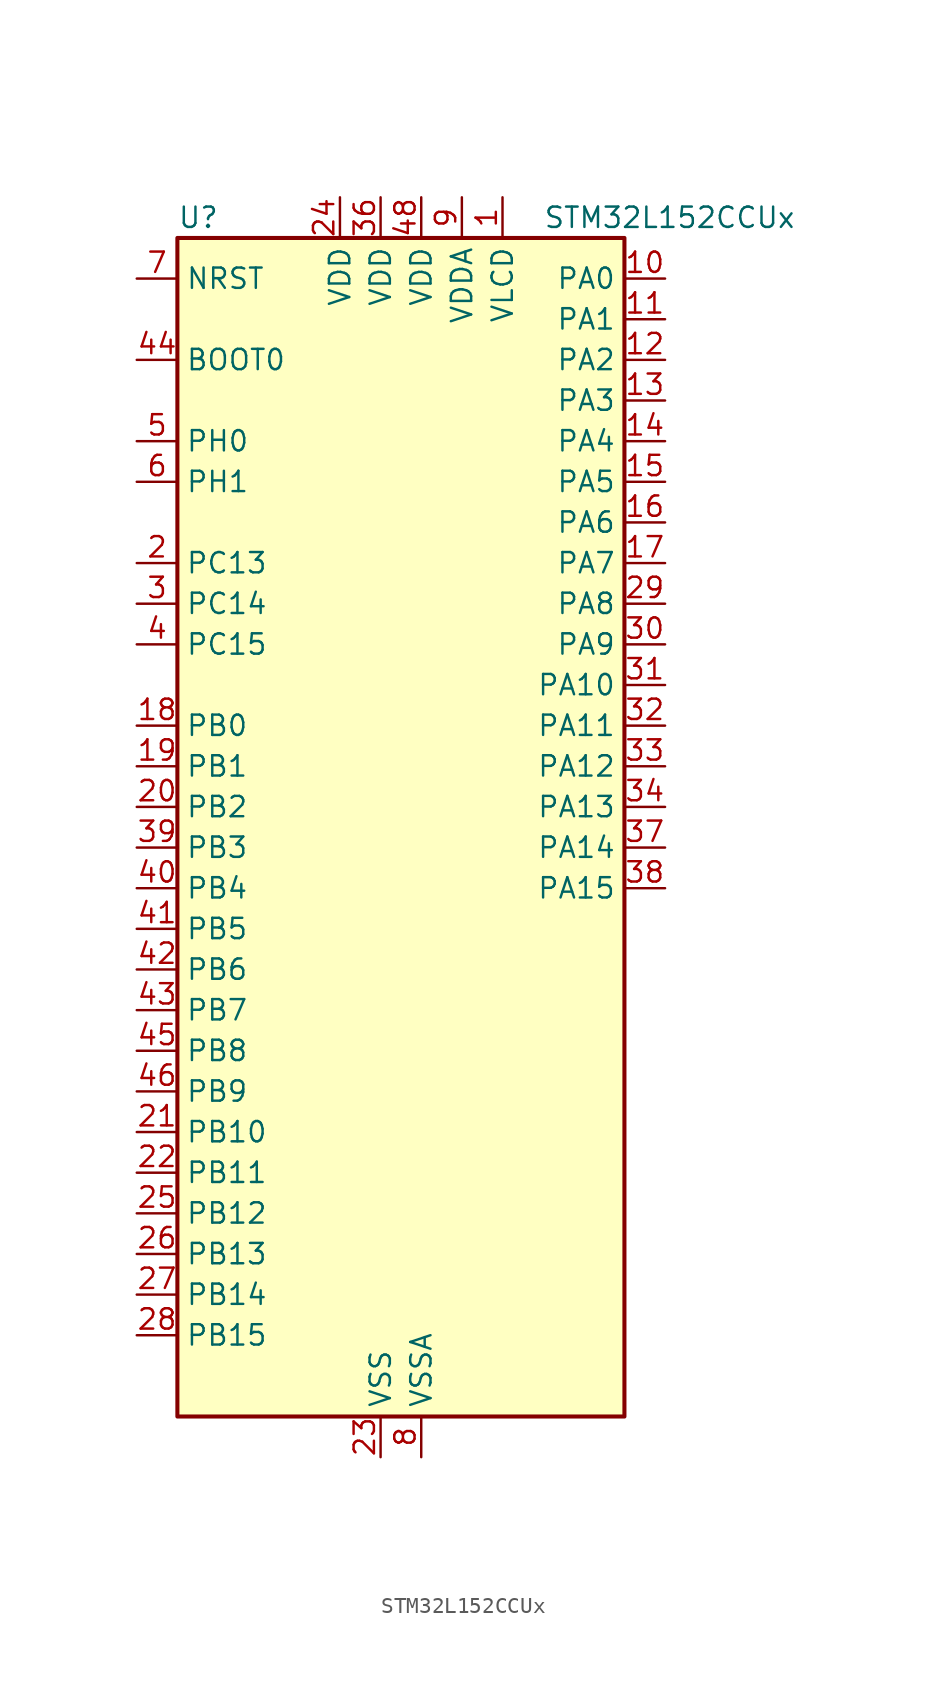
<source format=kicad_sym>
(kicad_symbol_lib
  (version 20220914)
  (generator kicad_symbol_editor)
  (symbol "STM32L152CCUx"
    (property "Reference" "U"
      (at -12.7 39.37 0)
      (effects (font (size 1.27 1.27)) (justify left)))
    (property "Value" "STM32L152CCUx"
      (at 10.16 39.37 0)
      (effects (font (size 1.27 1.27)) (justify left)))
    (property "ki_locked" ""
      (at 0 0 0)
      (effects (font (size 1.27 1.27))))
    (symbol "STM32L152CCUx_0_1"
      (rectangle (start -12.7 -35.56) (end 15.24 38.1) (stroke (width 0.254) (type default)) (fill (type background))))
    (symbol "STM32L152CCUx_1_1"
      (pin power_in line (at 7.62 40.64 270) (length 2.54) (name "VLCD" (effects (font (size 1.27 1.27)))) (number "1" (effects (font (size 1.27 1.27)))))
      (pin bidirectional line (at 17.78 35.56 180) (length 2.54) (name "PA0" (effects (font (size 1.27 1.27)))) (number "10" (effects (font (size 1.27 1.27)))) (alternate "ADC_IN0" bidirectional line) (alternate "COMP1_INP" bidirectional line) (alternate "RTC_TAMP2" bidirectional line) (alternate "SYS_WKUP1" bidirectional line) (alternate "TIM2_CH1" bidirectional line) (alternate "TIM2_ETR" bidirectional line) (alternate "TIM5_CH1" bidirectional line) (alternate "TIMX_IC1" bidirectional line) (alternate "TS_G1_IO1" bidirectional line) (alternate "USART2_CTS" bidirectional line))
      (pin bidirectional line (at 17.78 33.02 180) (length 2.54) (name "PA1" (effects (font (size 1.27 1.27)))) (number "11" (effects (font (size 1.27 1.27)))) (alternate "ADC_IN1" bidirectional line) (alternate "COMP1_INP" bidirectional line) (alternate "LCD_SEG0" bidirectional line) (alternate "OPAMP1_VINP" bidirectional line) (alternate "TIM2_CH2" bidirectional line) (alternate "TIM5_CH2" bidirectional line) (alternate "TIMX_IC2" bidirectional line) (alternate "TS_G1_IO2" bidirectional line) (alternate "USART2_RTS" bidirectional line))
      (pin bidirectional line (at 17.78 30.48 180) (length 2.54) (name "PA2" (effects (font (size 1.27 1.27)))) (number "12" (effects (font (size 1.27 1.27)))) (alternate "ADC_IN2" bidirectional line) (alternate "COMP1_INP" bidirectional line) (alternate "LCD_SEG1" bidirectional line) (alternate "OPAMP1_VINM" bidirectional line) (alternate "TIM2_CH3" bidirectional line) (alternate "TIM5_CH3" bidirectional line) (alternate "TIM9_CH1" bidirectional line) (alternate "TIMX_IC3" bidirectional line) (alternate "TS_G1_IO3" bidirectional line) (alternate "USART2_TX" bidirectional line))
      (pin bidirectional line (at 17.78 27.94 180) (length 2.54) (name "PA3" (effects (font (size 1.27 1.27)))) (number "13" (effects (font (size 1.27 1.27)))) (alternate "ADC_IN3" bidirectional line) (alternate "COMP1_INP" bidirectional line) (alternate "LCD_SEG2" bidirectional line) (alternate "OPAMP1_VOUT" bidirectional line) (alternate "TIM2_CH4" bidirectional line) (alternate "TIM5_CH4" bidirectional line) (alternate "TIM9_CH2" bidirectional line) (alternate "TIMX_IC4" bidirectional line) (alternate "TS_G1_IO4" bidirectional line) (alternate "USART2_RX" bidirectional line))
      (pin bidirectional line (at 17.78 25.4 180) (length 2.54) (name "PA4" (effects (font (size 1.27 1.27)))) (number "14" (effects (font (size 1.27 1.27)))) (alternate "ADC_IN4" bidirectional line) (alternate "COMP1_INP" bidirectional line) (alternate "DAC_OUT1" bidirectional line) (alternate "I2S3_WS" bidirectional line) (alternate "SPI1_NSS" bidirectional line) (alternate "SPI3_NSS" bidirectional line) (alternate "TIMX_IC1" bidirectional line) (alternate "USART2_CK" bidirectional line))
      (pin bidirectional line (at 17.78 22.86 180) (length 2.54) (name "PA5" (effects (font (size 1.27 1.27)))) (number "15" (effects (font (size 1.27 1.27)))) (alternate "ADC_IN5" bidirectional line) (alternate "COMP1_INP" bidirectional line) (alternate "DAC_OUT2" bidirectional line) (alternate "SPI1_SCK" bidirectional line) (alternate "TIM2_CH1" bidirectional line) (alternate "TIM2_ETR" bidirectional line) (alternate "TIMX_IC2" bidirectional line))
      (pin bidirectional line (at 17.78 20.32 180) (length 2.54) (name "PA6" (effects (font (size 1.27 1.27)))) (number "16" (effects (font (size 1.27 1.27)))) (alternate "ADC_IN6" bidirectional line) (alternate "COMP1_INP" bidirectional line) (alternate "LCD_SEG3" bidirectional line) (alternate "OPAMP2_VINP" bidirectional line) (alternate "SPI1_MISO" bidirectional line) (alternate "TIM10_CH1" bidirectional line) (alternate "TIM3_CH1" bidirectional line) (alternate "TIMX_IC3" bidirectional line) (alternate "TS_G2_IO1" bidirectional line))
      (pin bidirectional line (at 17.78 17.78 180) (length 2.54) (name "PA7" (effects (font (size 1.27 1.27)))) (number "17" (effects (font (size 1.27 1.27)))) (alternate "ADC_IN7" bidirectional line) (alternate "COMP1_INP" bidirectional line) (alternate "LCD_SEG4" bidirectional line) (alternate "OPAMP2_VINM" bidirectional line) (alternate "SPI1_MOSI" bidirectional line) (alternate "TIM11_CH1" bidirectional line) (alternate "TIM3_CH2" bidirectional line) (alternate "TIMX_IC4" bidirectional line) (alternate "TS_G2_IO2" bidirectional line))
      (pin bidirectional line (at -15.24 7.62 0) (length 2.54) (name "PB0" (effects (font (size 1.27 1.27)))) (number "18" (effects (font (size 1.27 1.27)))) (alternate "ADC_IN8" bidirectional line) (alternate "COMP1_INP" bidirectional line) (alternate "LCD_SEG5" bidirectional line) (alternate "OPAMP2_VOUT" bidirectional line) (alternate "SYS_V_REF_OUT" bidirectional line) (alternate "TIM3_CH3" bidirectional line) (alternate "TS_G3_IO1" bidirectional line))
      (pin bidirectional line (at -15.24 5.08 0) (length 2.54) (name "PB1" (effects (font (size 1.27 1.27)))) (number "19" (effects (font (size 1.27 1.27)))) (alternate "ADC_IN9" bidirectional line) (alternate "COMP1_INP" bidirectional line) (alternate "LCD_SEG6" bidirectional line) (alternate "SYS_V_REF_OUT" bidirectional line) (alternate "TIM3_CH4" bidirectional line) (alternate "TS_G3_IO2" bidirectional line))
      (pin bidirectional line (at -15.24 17.78 0) (length 2.54) (name "PC13" (effects (font (size 1.27 1.27)))) (number "2" (effects (font (size 1.27 1.27)))) (alternate "RTC_OUT_ALARM" bidirectional line) (alternate "RTC_OUT_CALIB" bidirectional line) (alternate "RTC_TAMP1" bidirectional line) (alternate "RTC_TS" bidirectional line) (alternate "SYS_WKUP2" bidirectional line) (alternate "TIMX_IC2" bidirectional line))
      (pin bidirectional line (at -15.24 2.54 0) (length 2.54) (name "PB2" (effects (font (size 1.27 1.27)))) (number "20" (effects (font (size 1.27 1.27)))) (alternate "TS_G3_IO3" bidirectional line))
      (pin bidirectional line (at -15.24 -17.78 0) (length 2.54) (name "PB10" (effects (font (size 1.27 1.27)))) (number "21" (effects (font (size 1.27 1.27)))) (alternate "I2C2_SCL" bidirectional line) (alternate "LCD_SEG10" bidirectional line) (alternate "TIM2_CH3" bidirectional line) (alternate "USART3_TX" bidirectional line))
      (pin bidirectional line (at -15.24 -20.32 0) (length 2.54) (name "PB11" (effects (font (size 1.27 1.27)))) (number "22" (effects (font (size 1.27 1.27)))) (alternate "ADC_EXTI11" bidirectional line) (alternate "I2C2_SDA" bidirectional line) (alternate "LCD_SEG11" bidirectional line) (alternate "TIM2_CH4" bidirectional line) (alternate "USART3_RX" bidirectional line))
      (pin power_in line (at 0 -38.1 90) (length 2.54) (name "VSS" (effects (font (size 1.27 1.27)))) (number "23" (effects (font (size 1.27 1.27)))))
      (pin power_in line (at -2.54 40.64 270) (length 2.54) (name "VDD" (effects (font (size 1.27 1.27)))) (number "24" (effects (font (size 1.27 1.27)))))
      (pin bidirectional line (at -15.24 -22.86 0) (length 2.54) (name "PB12" (effects (font (size 1.27 1.27)))) (number "25" (effects (font (size 1.27 1.27)))) (alternate "ADC_IN18" bidirectional line) (alternate "COMP1_INP" bidirectional line) (alternate "I2C2_SMBA" bidirectional line) (alternate "I2S2_WS" bidirectional line) (alternate "LCD_SEG12" bidirectional line) (alternate "SPI2_NSS" bidirectional line) (alternate "TIM10_CH1" bidirectional line) (alternate "TS_G7_IO1" bidirectional line) (alternate "USART3_CK" bidirectional line))
      (pin bidirectional line (at -15.24 -25.4 0) (length 2.54) (name "PB13" (effects (font (size 1.27 1.27)))) (number "26" (effects (font (size 1.27 1.27)))) (alternate "ADC_IN19" bidirectional line) (alternate "COMP1_INP" bidirectional line) (alternate "I2S2_CK" bidirectional line) (alternate "LCD_SEG13" bidirectional line) (alternate "SPI2_SCK" bidirectional line) (alternate "TIM9_CH1" bidirectional line) (alternate "TS_G7_IO2" bidirectional line) (alternate "USART3_CTS" bidirectional line))
      (pin bidirectional line (at -15.24 -27.94 0) (length 2.54) (name "PB14" (effects (font (size 1.27 1.27)))) (number "27" (effects (font (size 1.27 1.27)))) (alternate "ADC_IN20" bidirectional line) (alternate "COMP1_INP" bidirectional line) (alternate "LCD_SEG14" bidirectional line) (alternate "SPI2_MISO" bidirectional line) (alternate "TIM9_CH2" bidirectional line) (alternate "TS_G7_IO3" bidirectional line) (alternate "USART3_RTS" bidirectional line))
      (pin bidirectional line (at -15.24 -30.48 0) (length 2.54) (name "PB15" (effects (font (size 1.27 1.27)))) (number "28" (effects (font (size 1.27 1.27)))) (alternate "ADC_EXTI15" bidirectional line) (alternate "ADC_IN21" bidirectional line) (alternate "COMP1_INP" bidirectional line) (alternate "I2S2_SD" bidirectional line) (alternate "LCD_SEG15" bidirectional line) (alternate "RTC_REFIN" bidirectional line) (alternate "SPI2_MOSI" bidirectional line) (alternate "TIM11_CH1" bidirectional line) (alternate "TS_G7_IO4" bidirectional line))
      (pin bidirectional line (at 17.78 15.24 180) (length 2.54) (name "PA8" (effects (font (size 1.27 1.27)))) (number "29" (effects (font (size 1.27 1.27)))) (alternate "LCD_COM0" bidirectional line) (alternate "RCC_MCO" bidirectional line) (alternate "TIMX_IC1" bidirectional line) (alternate "TS_G4_IO1" bidirectional line) (alternate "USART1_CK" bidirectional line))
      (pin bidirectional line (at -15.24 15.24 0) (length 2.54) (name "PC14" (effects (font (size 1.27 1.27)))) (number "3" (effects (font (size 1.27 1.27)))) (alternate "RCC_OSC32_IN" bidirectional line) (alternate "TIMX_IC3" bidirectional line))
      (pin bidirectional line (at 17.78 12.7 180) (length 2.54) (name "PA9" (effects (font (size 1.27 1.27)))) (number "30" (effects (font (size 1.27 1.27)))) (alternate "DAC_EXTI9" bidirectional line) (alternate "LCD_COM1" bidirectional line) (alternate "TIMX_IC2" bidirectional line) (alternate "TS_G4_IO2" bidirectional line) (alternate "USART1_TX" bidirectional line))
      (pin bidirectional line (at 17.78 10.16 180) (length 2.54) (name "PA10" (effects (font (size 1.27 1.27)))) (number "31" (effects (font (size 1.27 1.27)))) (alternate "LCD_COM2" bidirectional line) (alternate "TIMX_IC3" bidirectional line) (alternate "TS_G4_IO3" bidirectional line) (alternate "USART1_RX" bidirectional line))
      (pin bidirectional line (at 17.78 7.62 180) (length 2.54) (name "PA11" (effects (font (size 1.27 1.27)))) (number "32" (effects (font (size 1.27 1.27)))) (alternate "ADC_EXTI11" bidirectional line) (alternate "SPI1_MISO" bidirectional line) (alternate "TIMX_IC4" bidirectional line) (alternate "USART1_CTS" bidirectional line) (alternate "USB_DM" bidirectional line))
      (pin bidirectional line (at 17.78 5.08 180) (length 2.54) (name "PA12" (effects (font (size 1.27 1.27)))) (number "33" (effects (font (size 1.27 1.27)))) (alternate "SPI1_MOSI" bidirectional line) (alternate "TIMX_IC1" bidirectional line) (alternate "USART1_RTS" bidirectional line) (alternate "USB_DP" bidirectional line))
      (pin bidirectional line (at 17.78 2.54 180) (length 2.54) (name "PA13" (effects (font (size 1.27 1.27)))) (number "34" (effects (font (size 1.27 1.27)))) (alternate "SYS_JTMS-SWDIO" bidirectional line) (alternate "TIMX_IC2" bidirectional line) (alternate "TS_G5_IO1" bidirectional line))
      (pin passive line (at 0 -38.1 90) (length 2.54) hide (name "VSS" (effects (font (size 1.27 1.27)))) (number "35" (effects (font (size 1.27 1.27)))))
      (pin power_in line (at 0 40.64 270) (length 2.54) (name "VDD" (effects (font (size 1.27 1.27)))) (number "36" (effects (font (size 1.27 1.27)))))
      (pin bidirectional line (at 17.78 0 180) (length 2.54) (name "PA14" (effects (font (size 1.27 1.27)))) (number "37" (effects (font (size 1.27 1.27)))) (alternate "SYS_JTCK-SWCLK" bidirectional line) (alternate "TIMX_IC3" bidirectional line) (alternate "TS_G5_IO2" bidirectional line))
      (pin bidirectional line (at 17.78 -2.54 180) (length 2.54) (name "PA15" (effects (font (size 1.27 1.27)))) (number "38" (effects (font (size 1.27 1.27)))) (alternate "ADC_EXTI15" bidirectional line) (alternate "I2S3_WS" bidirectional line) (alternate "LCD_SEG17" bidirectional line) (alternate "SPI1_NSS" bidirectional line) (alternate "SPI3_NSS" bidirectional line) (alternate "SYS_JTDI" bidirectional line) (alternate "TIM2_CH1" bidirectional line) (alternate "TIM2_ETR" bidirectional line) (alternate "TIMX_IC4" bidirectional line) (alternate "TS_G5_IO3" bidirectional line))
      (pin bidirectional line (at -15.24 0 0) (length 2.54) (name "PB3" (effects (font (size 1.27 1.27)))) (number "39" (effects (font (size 1.27 1.27)))) (alternate "COMP2_INM" bidirectional line) (alternate "I2S3_CK" bidirectional line) (alternate "LCD_SEG7" bidirectional line) (alternate "SPI1_SCK" bidirectional line) (alternate "SPI3_SCK" bidirectional line) (alternate "SYS_JTDO-TRACESWO" bidirectional line) (alternate "TIM2_CH2" bidirectional line))
      (pin bidirectional line (at -15.24 12.7 0) (length 2.54) (name "PC15" (effects (font (size 1.27 1.27)))) (number "4" (effects (font (size 1.27 1.27)))) (alternate "ADC_EXTI15" bidirectional line) (alternate "RCC_OSC32_OUT" bidirectional line) (alternate "TIMX_IC4" bidirectional line))
      (pin bidirectional line (at -15.24 -2.54 0) (length 2.54) (name "PB4" (effects (font (size 1.27 1.27)))) (number "40" (effects (font (size 1.27 1.27)))) (alternate "COMP2_INP" bidirectional line) (alternate "LCD_SEG8" bidirectional line) (alternate "SPI1_MISO" bidirectional line) (alternate "SPI3_MISO" bidirectional line) (alternate "SYS_JTRST" bidirectional line) (alternate "TIM3_CH1" bidirectional line) (alternate "TS_G6_IO1" bidirectional line))
      (pin bidirectional line (at -15.24 -5.08 0) (length 2.54) (name "PB5" (effects (font (size 1.27 1.27)))) (number "41" (effects (font (size 1.27 1.27)))) (alternate "COMP2_INP" bidirectional line) (alternate "I2C1_SMBA" bidirectional line) (alternate "I2S3_SD" bidirectional line) (alternate "LCD_SEG9" bidirectional line) (alternate "SPI1_MOSI" bidirectional line) (alternate "SPI3_MOSI" bidirectional line) (alternate "TIM3_CH2" bidirectional line) (alternate "TS_G6_IO2" bidirectional line))
      (pin bidirectional line (at -15.24 -7.62 0) (length 2.54) (name "PB6" (effects (font (size 1.27 1.27)))) (number "42" (effects (font (size 1.27 1.27)))) (alternate "COMP2_INP" bidirectional line) (alternate "I2C1_SCL" bidirectional line) (alternate "TIM4_CH1" bidirectional line) (alternate "TS_G6_IO3" bidirectional line) (alternate "USART1_TX" bidirectional line))
      (pin bidirectional line (at -15.24 -10.16 0) (length 2.54) (name "PB7" (effects (font (size 1.27 1.27)))) (number "43" (effects (font (size 1.27 1.27)))) (alternate "COMP2_INP" bidirectional line) (alternate "I2C1_SDA" bidirectional line) (alternate "SYS_PVD_IN" bidirectional line) (alternate "TIM4_CH2" bidirectional line) (alternate "TS_G6_IO4" bidirectional line) (alternate "USART1_RX" bidirectional line))
      (pin input line (at -15.24 30.48 0) (length 2.54) (name "BOOT0" (effects (font (size 1.27 1.27)))) (number "44" (effects (font (size 1.27 1.27)))))
      (pin bidirectional line (at -15.24 -12.7 0) (length 2.54) (name "PB8" (effects (font (size 1.27 1.27)))) (number "45" (effects (font (size 1.27 1.27)))) (alternate "I2C1_SCL" bidirectional line) (alternate "LCD_SEG16" bidirectional line) (alternate "TIM10_CH1" bidirectional line) (alternate "TIM4_CH3" bidirectional line))
      (pin bidirectional line (at -15.24 -15.24 0) (length 2.54) (name "PB9" (effects (font (size 1.27 1.27)))) (number "46" (effects (font (size 1.27 1.27)))) (alternate "DAC_EXTI9" bidirectional line) (alternate "I2C1_SDA" bidirectional line) (alternate "LCD_COM3" bidirectional line) (alternate "TIM11_CH1" bidirectional line) (alternate "TIM4_CH4" bidirectional line))
      (pin passive line (at 0 -38.1 90) (length 2.54) hide (name "VSS" (effects (font (size 1.27 1.27)))) (number "47" (effects (font (size 1.27 1.27)))))
      (pin power_in line (at 2.54 40.64 270) (length 2.54) (name "VDD" (effects (font (size 1.27 1.27)))) (number "48" (effects (font (size 1.27 1.27)))))
      (pin passive line (at 0 -38.1 90) (length 2.54) hide (name "VSS" (effects (font (size 1.27 1.27)))) (number "49" (effects (font (size 1.27 1.27)))))
      (pin bidirectional line (at -15.24 25.4 0) (length 2.54) (name "PH0" (effects (font (size 1.27 1.27)))) (number "5" (effects (font (size 1.27 1.27)))) (alternate "RCC_OSC_IN" bidirectional line))
      (pin bidirectional line (at -15.24 22.86 0) (length 2.54) (name "PH1" (effects (font (size 1.27 1.27)))) (number "6" (effects (font (size 1.27 1.27)))) (alternate "RCC_OSC_OUT" bidirectional line))
      (pin input line (at -15.24 35.56 0) (length 2.54) (name "NRST" (effects (font (size 1.27 1.27)))) (number "7" (effects (font (size 1.27 1.27)))))
      (pin power_in line (at 2.54 -38.1 90) (length 2.54) (name "VSSA" (effects (font (size 1.27 1.27)))) (number "8" (effects (font (size 1.27 1.27)))))
      (pin power_in line (at 5.08 40.64 270) (length 2.54) (name "VDDA" (effects (font (size 1.27 1.27)))) (number "9" (effects (font (size 1.27 1.27))))))))
</source>
